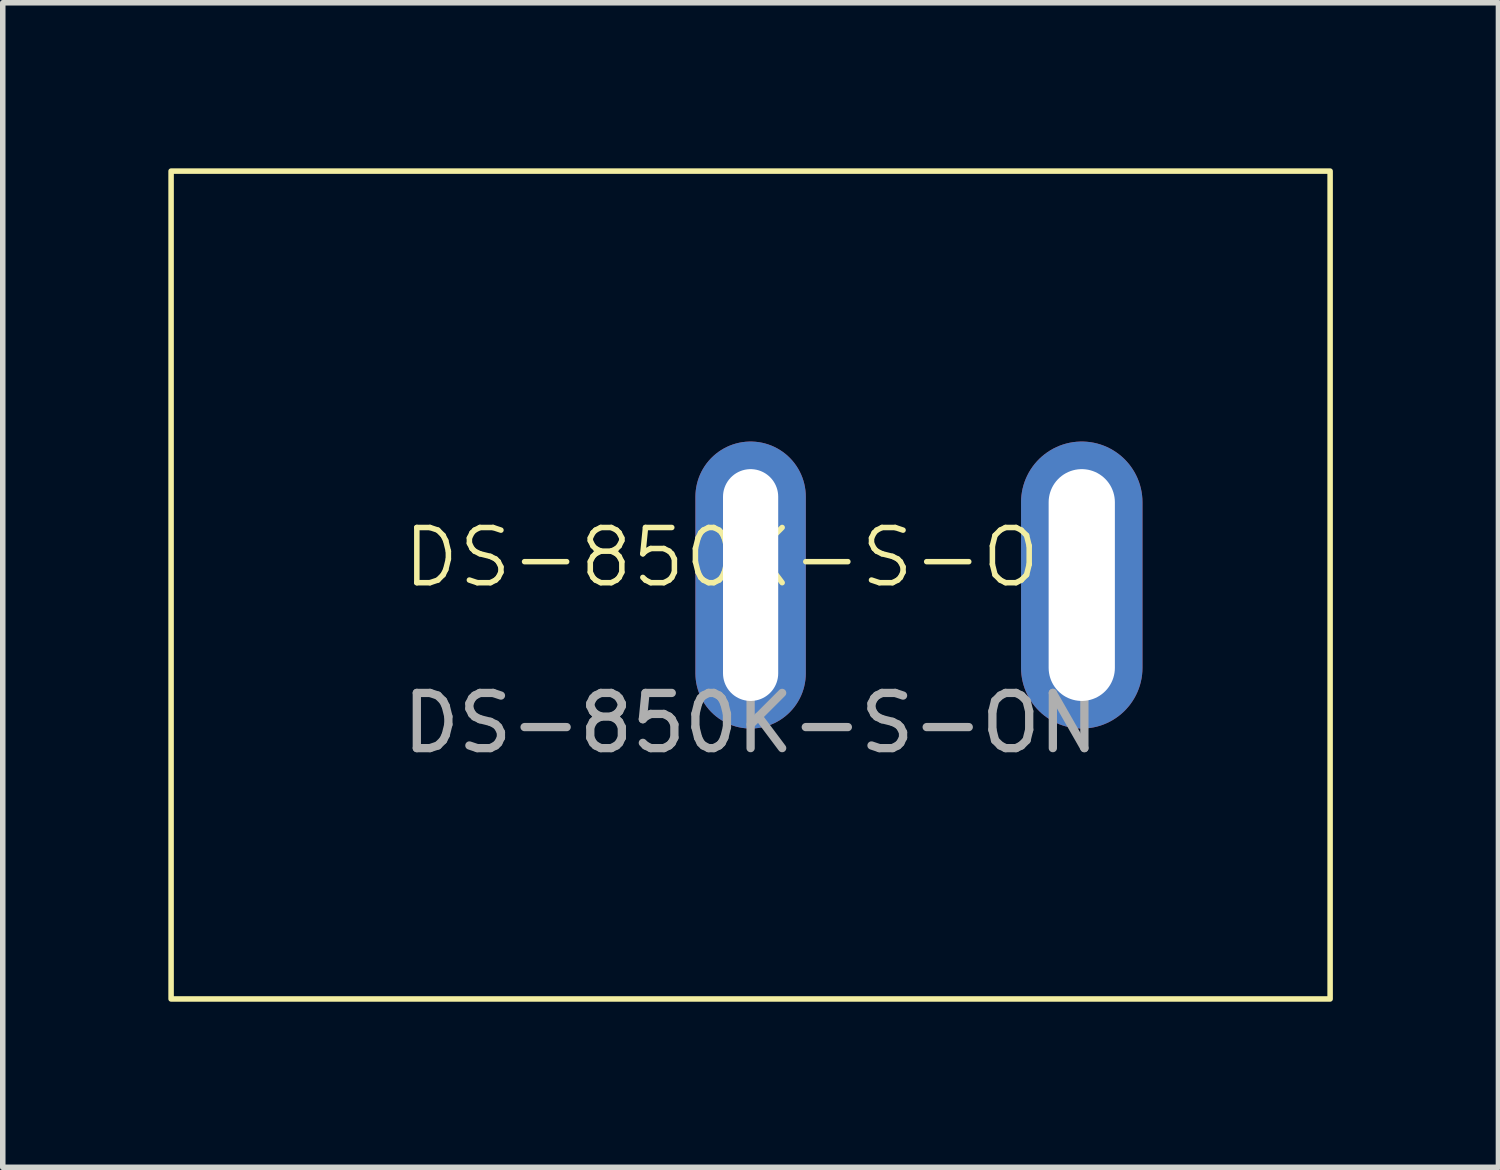
<source format=kicad_pcb>
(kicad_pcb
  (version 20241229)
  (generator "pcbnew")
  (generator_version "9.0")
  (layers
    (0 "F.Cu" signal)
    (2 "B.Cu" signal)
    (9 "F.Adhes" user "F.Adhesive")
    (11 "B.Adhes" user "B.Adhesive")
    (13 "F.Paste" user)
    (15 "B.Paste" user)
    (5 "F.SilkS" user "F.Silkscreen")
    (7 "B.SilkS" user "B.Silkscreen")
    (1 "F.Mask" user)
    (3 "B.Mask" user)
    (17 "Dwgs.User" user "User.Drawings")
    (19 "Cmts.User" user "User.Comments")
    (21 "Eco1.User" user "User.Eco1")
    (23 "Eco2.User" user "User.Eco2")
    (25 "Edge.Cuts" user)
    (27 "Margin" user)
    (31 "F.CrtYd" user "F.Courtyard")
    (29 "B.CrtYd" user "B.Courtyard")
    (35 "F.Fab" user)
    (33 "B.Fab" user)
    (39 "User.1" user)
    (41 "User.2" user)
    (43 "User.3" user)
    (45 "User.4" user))
  (footprint "DS-850K-S-ON"
    (layer "F.Cu")
    (at 10.55 7.55)
    (property "Reference" "DS-850K-S-ON" (at 0 -0.5 0) (unlocked yes) (layer "F.SilkS") (effects (font (size 1 1) (thickness 0.1))))
    (attr through_hole)
    (fp_rect (start -10.5 -7.5) (end 10.5 7.5) (stroke (width 0.1) (type default)) (fill no) (layer "F.SilkS"))
    (fp_text user "${REFERENCE}" (at 0 2.5 0) (unlocked yes) (layer "F.Fab") (effects (font (size 1 1) (thickness 0.15))))
    (pad "1" thru_hole oval (at 0 0) (size 2 5.2) (drill oval 1 4.2) (layers "*.Cu" "*.Mask"))
    (pad "2" thru_hole oval (at 6 0) (size 2.2 5.2) (drill oval 1.2 4.2) (layers "*.Cu" "*.Mask")))
  (gr_rect
    (start -3 -3)
    (end 24.1 18.1)
    (stroke (width 0.1) (type default))
    (fill no)
    (layer "Edge.Cuts")))
</source>
